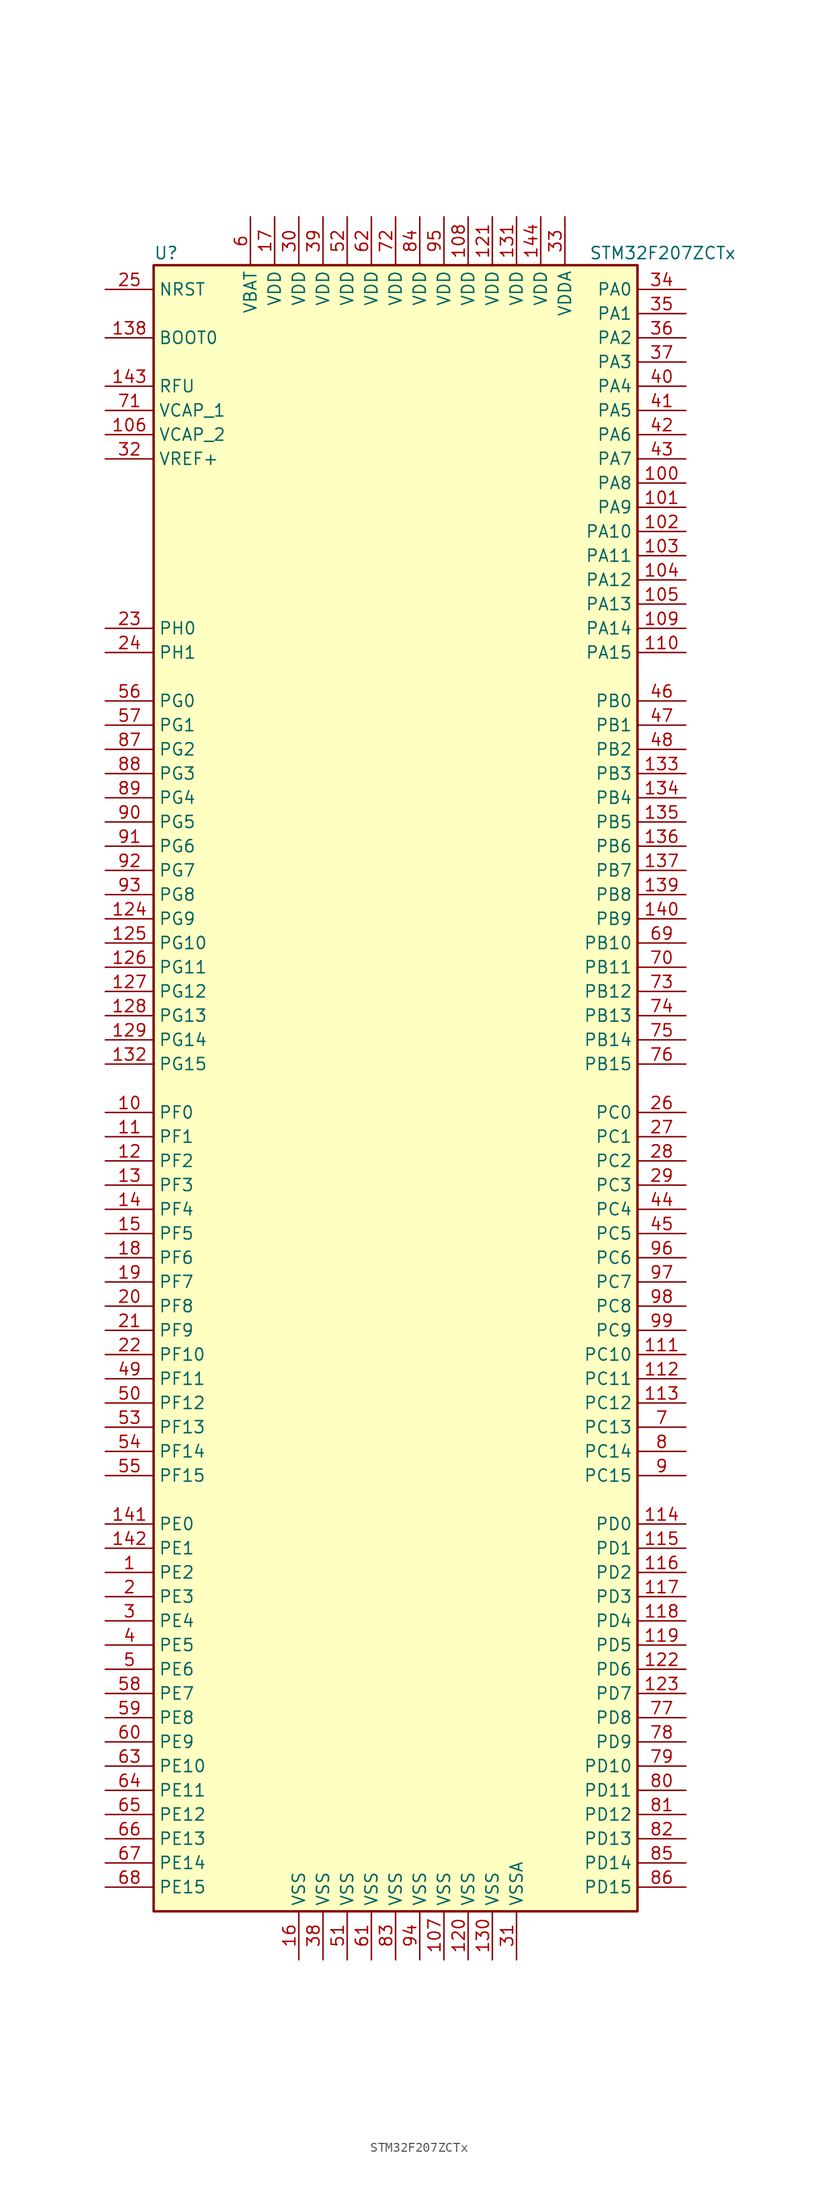
<source format=kicad_sym>
(kicad_symbol_lib
  (version 20211014)
  (generator kicad_symbol_editor)
  (symbol "STM32F207ZCTx"
    (property "Reference" "U"
      (at -25.4 87.63 0)
      (effects (font (size 1.27 1.27)) (justify left)))
    (property "Value" "STM32F207ZCTx"
      (at 20.32 87.63 0)
      (effects (font (size 1.27 1.27)) (justify left)))
    (symbol "STM32F207ZCTx_0_1"
      (rectangle (start -25.4 -86.36) (end 25.4 86.36) (stroke (width 0.254) (type default) (color 0 0 0 0)) (fill (type background))))
    (symbol "STM32F207ZCTx_1_1"
      (pin bidirectional line (at -30.48 -50.8 0) (length 5.08) (name "PE2" (effects (font (size 1.27 1.27)))) (number "1" (effects (font (size 1.27 1.27)))))
      (pin bidirectional line (at -30.48 -2.54 0) (length 5.08) (name "PF0" (effects (font (size 1.27 1.27)))) (number "10" (effects (font (size 1.27 1.27)))))
      (pin bidirectional line (at 30.48 63.5 180) (length 5.08) (name "PA8" (effects (font (size 1.27 1.27)))) (number "100" (effects (font (size 1.27 1.27)))))
      (pin bidirectional line (at 30.48 60.96 180) (length 5.08) (name "PA9" (effects (font (size 1.27 1.27)))) (number "101" (effects (font (size 1.27 1.27)))))
      (pin bidirectional line (at 30.48 58.42 180) (length 5.08) (name "PA10" (effects (font (size 1.27 1.27)))) (number "102" (effects (font (size 1.27 1.27)))))
      (pin bidirectional line (at 30.48 55.88 180) (length 5.08) (name "PA11" (effects (font (size 1.27 1.27)))) (number "103" (effects (font (size 1.27 1.27)))))
      (pin bidirectional line (at 30.48 53.34 180) (length 5.08) (name "PA12" (effects (font (size 1.27 1.27)))) (number "104" (effects (font (size 1.27 1.27)))))
      (pin bidirectional line (at 30.48 50.8 180) (length 5.08) (name "PA13" (effects (font (size 1.27 1.27)))) (number "105" (effects (font (size 1.27 1.27)))))
      (pin power_in line (at -30.48 68.58 0) (length 5.08) (name "VCAP_2" (effects (font (size 1.27 1.27)))) (number "106" (effects (font (size 1.27 1.27)))))
      (pin power_in line (at 5.08 -91.44 90) (length 5.08) (name "VSS" (effects (font (size 1.27 1.27)))) (number "107" (effects (font (size 1.27 1.27)))))
      (pin power_in line (at 7.62 91.44 270) (length 5.08) (name "VDD" (effects (font (size 1.27 1.27)))) (number "108" (effects (font (size 1.27 1.27)))))
      (pin bidirectional line (at 30.48 48.26 180) (length 5.08) (name "PA14" (effects (font (size 1.27 1.27)))) (number "109" (effects (font (size 1.27 1.27)))))
      (pin bidirectional line (at -30.48 -5.08 0) (length 5.08) (name "PF1" (effects (font (size 1.27 1.27)))) (number "11" (effects (font (size 1.27 1.27)))))
      (pin bidirectional line (at 30.48 45.72 180) (length 5.08) (name "PA15" (effects (font (size 1.27 1.27)))) (number "110" (effects (font (size 1.27 1.27)))))
      (pin bidirectional line (at 30.48 -27.94 180) (length 5.08) (name "PC10" (effects (font (size 1.27 1.27)))) (number "111" (effects (font (size 1.27 1.27)))))
      (pin bidirectional line (at 30.48 -30.48 180) (length 5.08) (name "PC11" (effects (font (size 1.27 1.27)))) (number "112" (effects (font (size 1.27 1.27)))))
      (pin bidirectional line (at 30.48 -33.02 180) (length 5.08) (name "PC12" (effects (font (size 1.27 1.27)))) (number "113" (effects (font (size 1.27 1.27)))))
      (pin bidirectional line (at 30.48 -45.72 180) (length 5.08) (name "PD0" (effects (font (size 1.27 1.27)))) (number "114" (effects (font (size 1.27 1.27)))))
      (pin bidirectional line (at 30.48 -48.26 180) (length 5.08) (name "PD1" (effects (font (size 1.27 1.27)))) (number "115" (effects (font (size 1.27 1.27)))))
      (pin bidirectional line (at 30.48 -50.8 180) (length 5.08) (name "PD2" (effects (font (size 1.27 1.27)))) (number "116" (effects (font (size 1.27 1.27)))))
      (pin bidirectional line (at 30.48 -53.34 180) (length 5.08) (name "PD3" (effects (font (size 1.27 1.27)))) (number "117" (effects (font (size 1.27 1.27)))))
      (pin bidirectional line (at 30.48 -55.88 180) (length 5.08) (name "PD4" (effects (font (size 1.27 1.27)))) (number "118" (effects (font (size 1.27 1.27)))))
      (pin bidirectional line (at 30.48 -58.42 180) (length 5.08) (name "PD5" (effects (font (size 1.27 1.27)))) (number "119" (effects (font (size 1.27 1.27)))))
      (pin bidirectional line (at -30.48 -7.62 0) (length 5.08) (name "PF2" (effects (font (size 1.27 1.27)))) (number "12" (effects (font (size 1.27 1.27)))))
      (pin power_in line (at 7.62 -91.44 90) (length 5.08) (name "VSS" (effects (font (size 1.27 1.27)))) (number "120" (effects (font (size 1.27 1.27)))))
      (pin power_in line (at 10.16 91.44 270) (length 5.08) (name "VDD" (effects (font (size 1.27 1.27)))) (number "121" (effects (font (size 1.27 1.27)))))
      (pin bidirectional line (at 30.48 -60.96 180) (length 5.08) (name "PD6" (effects (font (size 1.27 1.27)))) (number "122" (effects (font (size 1.27 1.27)))))
      (pin bidirectional line (at 30.48 -63.5 180) (length 5.08) (name "PD7" (effects (font (size 1.27 1.27)))) (number "123" (effects (font (size 1.27 1.27)))))
      (pin bidirectional line (at -30.48 17.78 0) (length 5.08) (name "PG9" (effects (font (size 1.27 1.27)))) (number "124" (effects (font (size 1.27 1.27)))))
      (pin bidirectional line (at -30.48 15.24 0) (length 5.08) (name "PG10" (effects (font (size 1.27 1.27)))) (number "125" (effects (font (size 1.27 1.27)))))
      (pin bidirectional line (at -30.48 12.7 0) (length 5.08) (name "PG11" (effects (font (size 1.27 1.27)))) (number "126" (effects (font (size 1.27 1.27)))))
      (pin bidirectional line (at -30.48 10.16 0) (length 5.08) (name "PG12" (effects (font (size 1.27 1.27)))) (number "127" (effects (font (size 1.27 1.27)))))
      (pin bidirectional line (at -30.48 7.62 0) (length 5.08) (name "PG13" (effects (font (size 1.27 1.27)))) (number "128" (effects (font (size 1.27 1.27)))))
      (pin bidirectional line (at -30.48 5.08 0) (length 5.08) (name "PG14" (effects (font (size 1.27 1.27)))) (number "129" (effects (font (size 1.27 1.27)))))
      (pin bidirectional line (at -30.48 -10.16 0) (length 5.08) (name "PF3" (effects (font (size 1.27 1.27)))) (number "13" (effects (font (size 1.27 1.27)))))
      (pin power_in line (at 10.16 -91.44 90) (length 5.08) (name "VSS" (effects (font (size 1.27 1.27)))) (number "130" (effects (font (size 1.27 1.27)))))
      (pin power_in line (at 12.7 91.44 270) (length 5.08) (name "VDD" (effects (font (size 1.27 1.27)))) (number "131" (effects (font (size 1.27 1.27)))))
      (pin bidirectional line (at -30.48 2.54 0) (length 5.08) (name "PG15" (effects (font (size 1.27 1.27)))) (number "132" (effects (font (size 1.27 1.27)))))
      (pin bidirectional line (at 30.48 33.02 180) (length 5.08) (name "PB3" (effects (font (size 1.27 1.27)))) (number "133" (effects (font (size 1.27 1.27)))))
      (pin bidirectional line (at 30.48 30.48 180) (length 5.08) (name "PB4" (effects (font (size 1.27 1.27)))) (number "134" (effects (font (size 1.27 1.27)))))
      (pin bidirectional line (at 30.48 27.94 180) (length 5.08) (name "PB5" (effects (font (size 1.27 1.27)))) (number "135" (effects (font (size 1.27 1.27)))))
      (pin bidirectional line (at 30.48 25.4 180) (length 5.08) (name "PB6" (effects (font (size 1.27 1.27)))) (number "136" (effects (font (size 1.27 1.27)))))
      (pin bidirectional line (at 30.48 22.86 180) (length 5.08) (name "PB7" (effects (font (size 1.27 1.27)))) (number "137" (effects (font (size 1.27 1.27)))))
      (pin input line (at -30.48 78.74 0) (length 5.08) (name "BOOT0" (effects (font (size 1.27 1.27)))) (number "138" (effects (font (size 1.27 1.27)))))
      (pin bidirectional line (at 30.48 20.32 180) (length 5.08) (name "PB8" (effects (font (size 1.27 1.27)))) (number "139" (effects (font (size 1.27 1.27)))))
      (pin bidirectional line (at -30.48 -12.7 0) (length 5.08) (name "PF4" (effects (font (size 1.27 1.27)))) (number "14" (effects (font (size 1.27 1.27)))))
      (pin bidirectional line (at 30.48 17.78 180) (length 5.08) (name "PB9" (effects (font (size 1.27 1.27)))) (number "140" (effects (font (size 1.27 1.27)))))
      (pin bidirectional line (at -30.48 -45.72 0) (length 5.08) (name "PE0" (effects (font (size 1.27 1.27)))) (number "141" (effects (font (size 1.27 1.27)))))
      (pin bidirectional line (at -30.48 -48.26 0) (length 5.08) (name "PE1" (effects (font (size 1.27 1.27)))) (number "142" (effects (font (size 1.27 1.27)))))
      (pin power_in line (at -30.48 73.66 0) (length 5.08) (name "RFU" (effects (font (size 1.27 1.27)))) (number "143" (effects (font (size 1.27 1.27)))))
      (pin power_in line (at 15.24 91.44 270) (length 5.08) (name "VDD" (effects (font (size 1.27 1.27)))) (number "144" (effects (font (size 1.27 1.27)))))
      (pin bidirectional line (at -30.48 -15.24 0) (length 5.08) (name "PF5" (effects (font (size 1.27 1.27)))) (number "15" (effects (font (size 1.27 1.27)))))
      (pin power_in line (at -10.16 -91.44 90) (length 5.08) (name "VSS" (effects (font (size 1.27 1.27)))) (number "16" (effects (font (size 1.27 1.27)))))
      (pin power_in line (at -12.7 91.44 270) (length 5.08) (name "VDD" (effects (font (size 1.27 1.27)))) (number "17" (effects (font (size 1.27 1.27)))))
      (pin bidirectional line (at -30.48 -17.78 0) (length 5.08) (name "PF6" (effects (font (size 1.27 1.27)))) (number "18" (effects (font (size 1.27 1.27)))))
      (pin bidirectional line (at -30.48 -20.32 0) (length 5.08) (name "PF7" (effects (font (size 1.27 1.27)))) (number "19" (effects (font (size 1.27 1.27)))))
      (pin bidirectional line (at -30.48 -53.34 0) (length 5.08) (name "PE3" (effects (font (size 1.27 1.27)))) (number "2" (effects (font (size 1.27 1.27)))))
      (pin bidirectional line (at -30.48 -22.86 0) (length 5.08) (name "PF8" (effects (font (size 1.27 1.27)))) (number "20" (effects (font (size 1.27 1.27)))))
      (pin bidirectional line (at -30.48 -25.4 0) (length 5.08) (name "PF9" (effects (font (size 1.27 1.27)))) (number "21" (effects (font (size 1.27 1.27)))))
      (pin bidirectional line (at -30.48 -27.94 0) (length 5.08) (name "PF10" (effects (font (size 1.27 1.27)))) (number "22" (effects (font (size 1.27 1.27)))))
      (pin input line (at -30.48 48.26 0) (length 5.08) (name "PH0" (effects (font (size 1.27 1.27)))) (number "23" (effects (font (size 1.27 1.27)))))
      (pin input line (at -30.48 45.72 0) (length 5.08) (name "PH1" (effects (font (size 1.27 1.27)))) (number "24" (effects (font (size 1.27 1.27)))))
      (pin input line (at -30.48 83.82 0) (length 5.08) (name "NRST" (effects (font (size 1.27 1.27)))) (number "25" (effects (font (size 1.27 1.27)))))
      (pin bidirectional line (at 30.48 -2.54 180) (length 5.08) (name "PC0" (effects (font (size 1.27 1.27)))) (number "26" (effects (font (size 1.27 1.27)))))
      (pin bidirectional line (at 30.48 -5.08 180) (length 5.08) (name "PC1" (effects (font (size 1.27 1.27)))) (number "27" (effects (font (size 1.27 1.27)))))
      (pin bidirectional line (at 30.48 -7.62 180) (length 5.08) (name "PC2" (effects (font (size 1.27 1.27)))) (number "28" (effects (font (size 1.27 1.27)))))
      (pin bidirectional line (at 30.48 -10.16 180) (length 5.08) (name "PC3" (effects (font (size 1.27 1.27)))) (number "29" (effects (font (size 1.27 1.27)))))
      (pin bidirectional line (at -30.48 -55.88 0) (length 5.08) (name "PE4" (effects (font (size 1.27 1.27)))) (number "3" (effects (font (size 1.27 1.27)))))
      (pin power_in line (at -10.16 91.44 270) (length 5.08) (name "VDD" (effects (font (size 1.27 1.27)))) (number "30" (effects (font (size 1.27 1.27)))))
      (pin power_in line (at 12.7 -91.44 90) (length 5.08) (name "VSSA" (effects (font (size 1.27 1.27)))) (number "31" (effects (font (size 1.27 1.27)))))
      (pin power_in line (at -30.48 66.04 0) (length 5.08) (name "VREF+" (effects (font (size 1.27 1.27)))) (number "32" (effects (font (size 1.27 1.27)))))
      (pin power_in line (at 17.78 91.44 270) (length 5.08) (name "VDDA" (effects (font (size 1.27 1.27)))) (number "33" (effects (font (size 1.27 1.27)))))
      (pin bidirectional line (at 30.48 83.82 180) (length 5.08) (name "PA0" (effects (font (size 1.27 1.27)))) (number "34" (effects (font (size 1.27 1.27)))))
      (pin bidirectional line (at 30.48 81.28 180) (length 5.08) (name "PA1" (effects (font (size 1.27 1.27)))) (number "35" (effects (font (size 1.27 1.27)))))
      (pin bidirectional line (at 30.48 78.74 180) (length 5.08) (name "PA2" (effects (font (size 1.27 1.27)))) (number "36" (effects (font (size 1.27 1.27)))))
      (pin bidirectional line (at 30.48 76.2 180) (length 5.08) (name "PA3" (effects (font (size 1.27 1.27)))) (number "37" (effects (font (size 1.27 1.27)))))
      (pin power_in line (at -7.62 -91.44 90) (length 5.08) (name "VSS" (effects (font (size 1.27 1.27)))) (number "38" (effects (font (size 1.27 1.27)))))
      (pin power_in line (at -7.62 91.44 270) (length 5.08) (name "VDD" (effects (font (size 1.27 1.27)))) (number "39" (effects (font (size 1.27 1.27)))))
      (pin bidirectional line (at -30.48 -58.42 0) (length 5.08) (name "PE5" (effects (font (size 1.27 1.27)))) (number "4" (effects (font (size 1.27 1.27)))))
      (pin bidirectional line (at 30.48 73.66 180) (length 5.08) (name "PA4" (effects (font (size 1.27 1.27)))) (number "40" (effects (font (size 1.27 1.27)))))
      (pin bidirectional line (at 30.48 71.12 180) (length 5.08) (name "PA5" (effects (font (size 1.27 1.27)))) (number "41" (effects (font (size 1.27 1.27)))))
      (pin bidirectional line (at 30.48 68.58 180) (length 5.08) (name "PA6" (effects (font (size 1.27 1.27)))) (number "42" (effects (font (size 1.27 1.27)))))
      (pin bidirectional line (at 30.48 66.04 180) (length 5.08) (name "PA7" (effects (font (size 1.27 1.27)))) (number "43" (effects (font (size 1.27 1.27)))))
      (pin bidirectional line (at 30.48 -12.7 180) (length 5.08) (name "PC4" (effects (font (size 1.27 1.27)))) (number "44" (effects (font (size 1.27 1.27)))))
      (pin bidirectional line (at 30.48 -15.24 180) (length 5.08) (name "PC5" (effects (font (size 1.27 1.27)))) (number "45" (effects (font (size 1.27 1.27)))))
      (pin bidirectional line (at 30.48 40.64 180) (length 5.08) (name "PB0" (effects (font (size 1.27 1.27)))) (number "46" (effects (font (size 1.27 1.27)))))
      (pin bidirectional line (at 30.48 38.1 180) (length 5.08) (name "PB1" (effects (font (size 1.27 1.27)))) (number "47" (effects (font (size 1.27 1.27)))))
      (pin bidirectional line (at 30.48 35.56 180) (length 5.08) (name "PB2" (effects (font (size 1.27 1.27)))) (number "48" (effects (font (size 1.27 1.27)))))
      (pin bidirectional line (at -30.48 -30.48 0) (length 5.08) (name "PF11" (effects (font (size 1.27 1.27)))) (number "49" (effects (font (size 1.27 1.27)))))
      (pin bidirectional line (at -30.48 -60.96 0) (length 5.08) (name "PE6" (effects (font (size 1.27 1.27)))) (number "5" (effects (font (size 1.27 1.27)))))
      (pin bidirectional line (at -30.48 -33.02 0) (length 5.08) (name "PF12" (effects (font (size 1.27 1.27)))) (number "50" (effects (font (size 1.27 1.27)))))
      (pin power_in line (at -5.08 -91.44 90) (length 5.08) (name "VSS" (effects (font (size 1.27 1.27)))) (number "51" (effects (font (size 1.27 1.27)))))
      (pin power_in line (at -5.08 91.44 270) (length 5.08) (name "VDD" (effects (font (size 1.27 1.27)))) (number "52" (effects (font (size 1.27 1.27)))))
      (pin bidirectional line (at -30.48 -35.56 0) (length 5.08) (name "PF13" (effects (font (size 1.27 1.27)))) (number "53" (effects (font (size 1.27 1.27)))))
      (pin bidirectional line (at -30.48 -38.1 0) (length 5.08) (name "PF14" (effects (font (size 1.27 1.27)))) (number "54" (effects (font (size 1.27 1.27)))))
      (pin bidirectional line (at -30.48 -40.64 0) (length 5.08) (name "PF15" (effects (font (size 1.27 1.27)))) (number "55" (effects (font (size 1.27 1.27)))))
      (pin bidirectional line (at -30.48 40.64 0) (length 5.08) (name "PG0" (effects (font (size 1.27 1.27)))) (number "56" (effects (font (size 1.27 1.27)))))
      (pin bidirectional line (at -30.48 38.1 0) (length 5.08) (name "PG1" (effects (font (size 1.27 1.27)))) (number "57" (effects (font (size 1.27 1.27)))))
      (pin bidirectional line (at -30.48 -63.5 0) (length 5.08) (name "PE7" (effects (font (size 1.27 1.27)))) (number "58" (effects (font (size 1.27 1.27)))))
      (pin bidirectional line (at -30.48 -66.04 0) (length 5.08) (name "PE8" (effects (font (size 1.27 1.27)))) (number "59" (effects (font (size 1.27 1.27)))))
      (pin power_in line (at -15.24 91.44 270) (length 5.08) (name "VBAT" (effects (font (size 1.27 1.27)))) (number "6" (effects (font (size 1.27 1.27)))))
      (pin bidirectional line (at -30.48 -68.58 0) (length 5.08) (name "PE9" (effects (font (size 1.27 1.27)))) (number "60" (effects (font (size 1.27 1.27)))))
      (pin power_in line (at -2.54 -91.44 90) (length 5.08) (name "VSS" (effects (font (size 1.27 1.27)))) (number "61" (effects (font (size 1.27 1.27)))))
      (pin power_in line (at -2.54 91.44 270) (length 5.08) (name "VDD" (effects (font (size 1.27 1.27)))) (number "62" (effects (font (size 1.27 1.27)))))
      (pin bidirectional line (at -30.48 -71.12 0) (length 5.08) (name "PE10" (effects (font (size 1.27 1.27)))) (number "63" (effects (font (size 1.27 1.27)))))
      (pin bidirectional line (at -30.48 -73.66 0) (length 5.08) (name "PE11" (effects (font (size 1.27 1.27)))) (number "64" (effects (font (size 1.27 1.27)))))
      (pin bidirectional line (at -30.48 -76.2 0) (length 5.08) (name "PE12" (effects (font (size 1.27 1.27)))) (number "65" (effects (font (size 1.27 1.27)))))
      (pin bidirectional line (at -30.48 -78.74 0) (length 5.08) (name "PE13" (effects (font (size 1.27 1.27)))) (number "66" (effects (font (size 1.27 1.27)))))
      (pin bidirectional line (at -30.48 -81.28 0) (length 5.08) (name "PE14" (effects (font (size 1.27 1.27)))) (number "67" (effects (font (size 1.27 1.27)))))
      (pin bidirectional line (at -30.48 -83.82 0) (length 5.08) (name "PE15" (effects (font (size 1.27 1.27)))) (number "68" (effects (font (size 1.27 1.27)))))
      (pin bidirectional line (at 30.48 15.24 180) (length 5.08) (name "PB10" (effects (font (size 1.27 1.27)))) (number "69" (effects (font (size 1.27 1.27)))))
      (pin bidirectional line (at 30.48 -35.56 180) (length 5.08) (name "PC13" (effects (font (size 1.27 1.27)))) (number "7" (effects (font (size 1.27 1.27)))))
      (pin bidirectional line (at 30.48 12.7 180) (length 5.08) (name "PB11" (effects (font (size 1.27 1.27)))) (number "70" (effects (font (size 1.27 1.27)))))
      (pin power_in line (at -30.48 71.12 0) (length 5.08) (name "VCAP_1" (effects (font (size 1.27 1.27)))) (number "71" (effects (font (size 1.27 1.27)))))
      (pin power_in line (at 0 91.44 270) (length 5.08) (name "VDD" (effects (font (size 1.27 1.27)))) (number "72" (effects (font (size 1.27 1.27)))))
      (pin bidirectional line (at 30.48 10.16 180) (length 5.08) (name "PB12" (effects (font (size 1.27 1.27)))) (number "73" (effects (font (size 1.27 1.27)))))
      (pin bidirectional line (at 30.48 7.62 180) (length 5.08) (name "PB13" (effects (font (size 1.27 1.27)))) (number "74" (effects (font (size 1.27 1.27)))))
      (pin bidirectional line (at 30.48 5.08 180) (length 5.08) (name "PB14" (effects (font (size 1.27 1.27)))) (number "75" (effects (font (size 1.27 1.27)))))
      (pin bidirectional line (at 30.48 2.54 180) (length 5.08) (name "PB15" (effects (font (size 1.27 1.27)))) (number "76" (effects (font (size 1.27 1.27)))))
      (pin bidirectional line (at 30.48 -66.04 180) (length 5.08) (name "PD8" (effects (font (size 1.27 1.27)))) (number "77" (effects (font (size 1.27 1.27)))))
      (pin bidirectional line (at 30.48 -68.58 180) (length 5.08) (name "PD9" (effects (font (size 1.27 1.27)))) (number "78" (effects (font (size 1.27 1.27)))))
      (pin bidirectional line (at 30.48 -71.12 180) (length 5.08) (name "PD10" (effects (font (size 1.27 1.27)))) (number "79" (effects (font (size 1.27 1.27)))))
      (pin bidirectional line (at 30.48 -38.1 180) (length 5.08) (name "PC14" (effects (font (size 1.27 1.27)))) (number "8" (effects (font (size 1.27 1.27)))))
      (pin bidirectional line (at 30.48 -73.66 180) (length 5.08) (name "PD11" (effects (font (size 1.27 1.27)))) (number "80" (effects (font (size 1.27 1.27)))))
      (pin bidirectional line (at 30.48 -76.2 180) (length 5.08) (name "PD12" (effects (font (size 1.27 1.27)))) (number "81" (effects (font (size 1.27 1.27)))))
      (pin bidirectional line (at 30.48 -78.74 180) (length 5.08) (name "PD13" (effects (font (size 1.27 1.27)))) (number "82" (effects (font (size 1.27 1.27)))))
      (pin power_in line (at 0 -91.44 90) (length 5.08) (name "VSS" (effects (font (size 1.27 1.27)))) (number "83" (effects (font (size 1.27 1.27)))))
      (pin power_in line (at 2.54 91.44 270) (length 5.08) (name "VDD" (effects (font (size 1.27 1.27)))) (number "84" (effects (font (size 1.27 1.27)))))
      (pin bidirectional line (at 30.48 -81.28 180) (length 5.08) (name "PD14" (effects (font (size 1.27 1.27)))) (number "85" (effects (font (size 1.27 1.27)))))
      (pin bidirectional line (at 30.48 -83.82 180) (length 5.08) (name "PD15" (effects (font (size 1.27 1.27)))) (number "86" (effects (font (size 1.27 1.27)))))
      (pin bidirectional line (at -30.48 35.56 0) (length 5.08) (name "PG2" (effects (font (size 1.27 1.27)))) (number "87" (effects (font (size 1.27 1.27)))))
      (pin bidirectional line (at -30.48 33.02 0) (length 5.08) (name "PG3" (effects (font (size 1.27 1.27)))) (number "88" (effects (font (size 1.27 1.27)))))
      (pin bidirectional line (at -30.48 30.48 0) (length 5.08) (name "PG4" (effects (font (size 1.27 1.27)))) (number "89" (effects (font (size 1.27 1.27)))))
      (pin bidirectional line (at 30.48 -40.64 180) (length 5.08) (name "PC15" (effects (font (size 1.27 1.27)))) (number "9" (effects (font (size 1.27 1.27)))))
      (pin bidirectional line (at -30.48 27.94 0) (length 5.08) (name "PG5" (effects (font (size 1.27 1.27)))) (number "90" (effects (font (size 1.27 1.27)))))
      (pin bidirectional line (at -30.48 25.4 0) (length 5.08) (name "PG6" (effects (font (size 1.27 1.27)))) (number "91" (effects (font (size 1.27 1.27)))))
      (pin bidirectional line (at -30.48 22.86 0) (length 5.08) (name "PG7" (effects (font (size 1.27 1.27)))) (number "92" (effects (font (size 1.27 1.27)))))
      (pin bidirectional line (at -30.48 20.32 0) (length 5.08) (name "PG8" (effects (font (size 1.27 1.27)))) (number "93" (effects (font (size 1.27 1.27)))))
      (pin power_in line (at 2.54 -91.44 90) (length 5.08) (name "VSS" (effects (font (size 1.27 1.27)))) (number "94" (effects (font (size 1.27 1.27)))))
      (pin power_in line (at 5.08 91.44 270) (length 5.08) (name "VDD" (effects (font (size 1.27 1.27)))) (number "95" (effects (font (size 1.27 1.27)))))
      (pin bidirectional line (at 30.48 -17.78 180) (length 5.08) (name "PC6" (effects (font (size 1.27 1.27)))) (number "96" (effects (font (size 1.27 1.27)))))
      (pin bidirectional line (at 30.48 -20.32 180) (length 5.08) (name "PC7" (effects (font (size 1.27 1.27)))) (number "97" (effects (font (size 1.27 1.27)))))
      (pin bidirectional line (at 30.48 -22.86 180) (length 5.08) (name "PC8" (effects (font (size 1.27 1.27)))) (number "98" (effects (font (size 1.27 1.27)))))
      (pin bidirectional line (at 30.48 -25.4 180) (length 5.08) (name "PC9" (effects (font (size 1.27 1.27)))) (number "99" (effects (font (size 1.27 1.27))))))))
</source>
